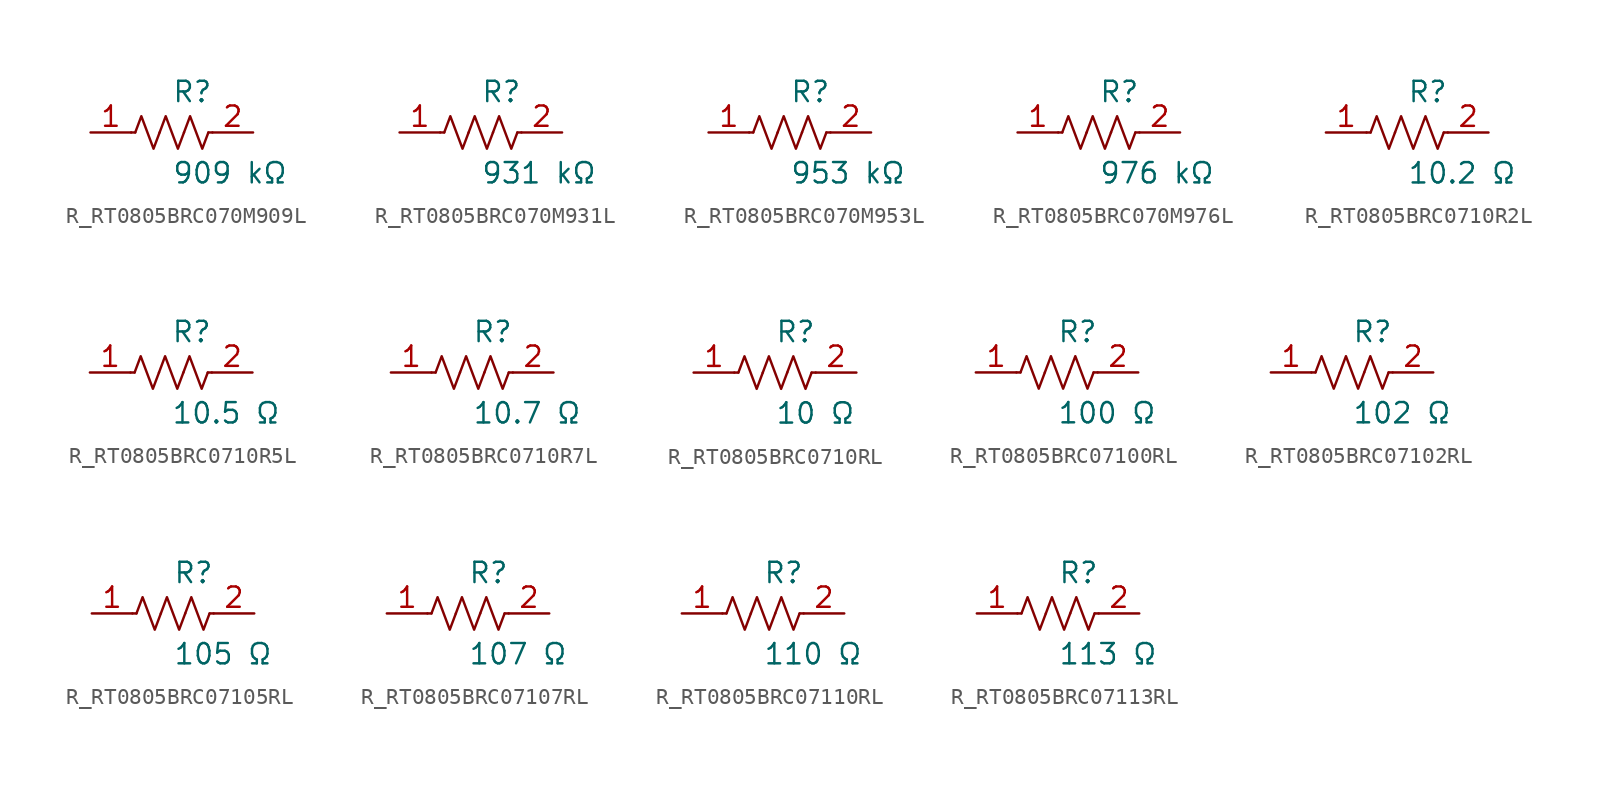
<source format=kicad_sym>
(kicad_symbol_lib
  (version 20231120)
  (generator kicad_symbol_editor)
  (generator_version 8.0)
  (symbol "R_RT0805BRC070M909L"
    (pin_names
      (offset 0.254))
    (property "Reference" "R"
      (at 0.0 2.54 0)
      (effects (font (size 1.27 1.27)) (justify left)))
    (property "Value" "909 kΩ"
      (at 0.0 -2.54 0)
      (effects (font (size 1.27 1.27)) (justify left)))
    (symbol "R_RT0805BRC070M909L_0_1"
      (polyline (pts (xy 2.286 0) (xy 2.54 0)) (stroke (width 0) (type default)) (fill (type none)))
      (polyline (pts (xy -2.286 0) (xy -2.54 0)) (stroke (width 0) (type default)) (fill (type none)))
      (polyline (pts (xy 0.762 0) (xy 1.143 1.016) (xy 1.524 0) (xy 1.905 -1.016) (xy 2.286 0)) (stroke (width 0) (type default)) (fill (type none)))
      (polyline (pts (xy -0.762 0) (xy -0.381 1.016) (xy 0 0) (xy 0.381 -1.016) (xy 0.762 0)) (stroke (width 0) (type default)) (fill (type none)))
      (polyline (pts (xy -2.286 0) (xy -1.905 1.016) (xy -1.524 0) (xy -1.143 -1.016) (xy -0.762 0)) (stroke (width 0) (type default)) (fill (type none))))
    (pin unspecified line
      (at -5.08 0 0)
      (length 2.54)
      (name "" (effects (font (size 1.27 1.27))))
      (number "1" (effects (font (size 1.27 1.27)))))
    (pin unspecified line
      (at 5.08 0 180)
      (length 2.54)
      (name "" (effects (font (size 1.27 1.27))))
      (number "2" (effects (font (size 1.27 1.27))))))
  (symbol "R_RT0805BRC070M931L"
    (pin_names
      (offset 0.254))
    (property "Reference" "R"
      (at 0.0 2.54 0)
      (effects (font (size 1.27 1.27)) (justify left)))
    (property "Value" "931 kΩ"
      (at 0.0 -2.54 0)
      (effects (font (size 1.27 1.27)) (justify left)))
    (symbol "R_RT0805BRC070M931L_0_1"
      (polyline (pts (xy 2.286 0) (xy 2.54 0)) (stroke (width 0) (type default)) (fill (type none)))
      (polyline (pts (xy -2.286 0) (xy -2.54 0)) (stroke (width 0) (type default)) (fill (type none)))
      (polyline (pts (xy 0.762 0) (xy 1.143 1.016) (xy 1.524 0) (xy 1.905 -1.016) (xy 2.286 0)) (stroke (width 0) (type default)) (fill (type none)))
      (polyline (pts (xy -0.762 0) (xy -0.381 1.016) (xy 0 0) (xy 0.381 -1.016) (xy 0.762 0)) (stroke (width 0) (type default)) (fill (type none)))
      (polyline (pts (xy -2.286 0) (xy -1.905 1.016) (xy -1.524 0) (xy -1.143 -1.016) (xy -0.762 0)) (stroke (width 0) (type default)) (fill (type none))))
    (pin unspecified line
      (at -5.08 0 0)
      (length 2.54)
      (name "" (effects (font (size 1.27 1.27))))
      (number "1" (effects (font (size 1.27 1.27)))))
    (pin unspecified line
      (at 5.08 0 180)
      (length 2.54)
      (name "" (effects (font (size 1.27 1.27))))
      (number "2" (effects (font (size 1.27 1.27))))))
  (symbol "R_RT0805BRC070M953L"
    (pin_names
      (offset 0.254))
    (property "Reference" "R"
      (at 0.0 2.54 0)
      (effects (font (size 1.27 1.27)) (justify left)))
    (property "Value" "953 kΩ"
      (at 0.0 -2.54 0)
      (effects (font (size 1.27 1.27)) (justify left)))
    (symbol "R_RT0805BRC070M953L_0_1"
      (polyline (pts (xy 2.286 0) (xy 2.54 0)) (stroke (width 0) (type default)) (fill (type none)))
      (polyline (pts (xy -2.286 0) (xy -2.54 0)) (stroke (width 0) (type default)) (fill (type none)))
      (polyline (pts (xy 0.762 0) (xy 1.143 1.016) (xy 1.524 0) (xy 1.905 -1.016) (xy 2.286 0)) (stroke (width 0) (type default)) (fill (type none)))
      (polyline (pts (xy -0.762 0) (xy -0.381 1.016) (xy 0 0) (xy 0.381 -1.016) (xy 0.762 0)) (stroke (width 0) (type default)) (fill (type none)))
      (polyline (pts (xy -2.286 0) (xy -1.905 1.016) (xy -1.524 0) (xy -1.143 -1.016) (xy -0.762 0)) (stroke (width 0) (type default)) (fill (type none))))
    (pin unspecified line
      (at -5.08 0 0)
      (length 2.54)
      (name "" (effects (font (size 1.27 1.27))))
      (number "1" (effects (font (size 1.27 1.27)))))
    (pin unspecified line
      (at 5.08 0 180)
      (length 2.54)
      (name "" (effects (font (size 1.27 1.27))))
      (number "2" (effects (font (size 1.27 1.27))))))
  (symbol "R_RT0805BRC070M976L"
    (pin_names
      (offset 0.254))
    (property "Reference" "R"
      (at 0.0 2.54 0)
      (effects (font (size 1.27 1.27)) (justify left)))
    (property "Value" "976 kΩ"
      (at 0.0 -2.54 0)
      (effects (font (size 1.27 1.27)) (justify left)))
    (symbol "R_RT0805BRC070M976L_0_1"
      (polyline (pts (xy 2.286 0) (xy 2.54 0)) (stroke (width 0) (type default)) (fill (type none)))
      (polyline (pts (xy -2.286 0) (xy -2.54 0)) (stroke (width 0) (type default)) (fill (type none)))
      (polyline (pts (xy 0.762 0) (xy 1.143 1.016) (xy 1.524 0) (xy 1.905 -1.016) (xy 2.286 0)) (stroke (width 0) (type default)) (fill (type none)))
      (polyline (pts (xy -0.762 0) (xy -0.381 1.016) (xy 0 0) (xy 0.381 -1.016) (xy 0.762 0)) (stroke (width 0) (type default)) (fill (type none)))
      (polyline (pts (xy -2.286 0) (xy -1.905 1.016) (xy -1.524 0) (xy -1.143 -1.016) (xy -0.762 0)) (stroke (width 0) (type default)) (fill (type none))))
    (pin unspecified line
      (at -5.08 0 0)
      (length 2.54)
      (name "" (effects (font (size 1.27 1.27))))
      (number "1" (effects (font (size 1.27 1.27)))))
    (pin unspecified line
      (at 5.08 0 180)
      (length 2.54)
      (name "" (effects (font (size 1.27 1.27))))
      (number "2" (effects (font (size 1.27 1.27))))))
  (symbol "R_RT0805BRC0710R2L"
    (pin_names
      (offset 0.254))
    (property "Reference" "R"
      (at 0.0 2.54 0)
      (effects (font (size 1.27 1.27)) (justify left)))
    (property "Value" "10.2 Ω"
      (at 0.0 -2.54 0)
      (effects (font (size 1.27 1.27)) (justify left)))
    (symbol "R_RT0805BRC0710R2L_0_1"
      (polyline (pts (xy 2.286 0) (xy 2.54 0)) (stroke (width 0) (type default)) (fill (type none)))
      (polyline (pts (xy -2.286 0) (xy -2.54 0)) (stroke (width 0) (type default)) (fill (type none)))
      (polyline (pts (xy 0.762 0) (xy 1.143 1.016) (xy 1.524 0) (xy 1.905 -1.016) (xy 2.286 0)) (stroke (width 0) (type default)) (fill (type none)))
      (polyline (pts (xy -0.762 0) (xy -0.381 1.016) (xy 0 0) (xy 0.381 -1.016) (xy 0.762 0)) (stroke (width 0) (type default)) (fill (type none)))
      (polyline (pts (xy -2.286 0) (xy -1.905 1.016) (xy -1.524 0) (xy -1.143 -1.016) (xy -0.762 0)) (stroke (width 0) (type default)) (fill (type none))))
    (pin unspecified line
      (at -5.08 0 0)
      (length 2.54)
      (name "" (effects (font (size 1.27 1.27))))
      (number "1" (effects (font (size 1.27 1.27)))))
    (pin unspecified line
      (at 5.08 0 180)
      (length 2.54)
      (name "" (effects (font (size 1.27 1.27))))
      (number "2" (effects (font (size 1.27 1.27))))))
  (symbol "R_RT0805BRC0710R5L"
    (pin_names
      (offset 0.254))
    (property "Reference" "R"
      (at 0.0 2.54 0)
      (effects (font (size 1.27 1.27)) (justify left)))
    (property "Value" "10.5 Ω"
      (at 0.0 -2.54 0)
      (effects (font (size 1.27 1.27)) (justify left)))
    (symbol "R_RT0805BRC0710R5L_0_1"
      (polyline (pts (xy 2.286 0) (xy 2.54 0)) (stroke (width 0) (type default)) (fill (type none)))
      (polyline (pts (xy -2.286 0) (xy -2.54 0)) (stroke (width 0) (type default)) (fill (type none)))
      (polyline (pts (xy 0.762 0) (xy 1.143 1.016) (xy 1.524 0) (xy 1.905 -1.016) (xy 2.286 0)) (stroke (width 0) (type default)) (fill (type none)))
      (polyline (pts (xy -0.762 0) (xy -0.381 1.016) (xy 0 0) (xy 0.381 -1.016) (xy 0.762 0)) (stroke (width 0) (type default)) (fill (type none)))
      (polyline (pts (xy -2.286 0) (xy -1.905 1.016) (xy -1.524 0) (xy -1.143 -1.016) (xy -0.762 0)) (stroke (width 0) (type default)) (fill (type none))))
    (pin unspecified line
      (at -5.08 0 0)
      (length 2.54)
      (name "" (effects (font (size 1.27 1.27))))
      (number "1" (effects (font (size 1.27 1.27)))))
    (pin unspecified line
      (at 5.08 0 180)
      (length 2.54)
      (name "" (effects (font (size 1.27 1.27))))
      (number "2" (effects (font (size 1.27 1.27))))))
  (symbol "R_RT0805BRC0710R7L"
    (pin_names
      (offset 0.254))
    (property "Reference" "R"
      (at 0.0 2.54 0)
      (effects (font (size 1.27 1.27)) (justify left)))
    (property "Value" "10.7 Ω"
      (at 0.0 -2.54 0)
      (effects (font (size 1.27 1.27)) (justify left)))
    (symbol "R_RT0805BRC0710R7L_0_1"
      (polyline (pts (xy 2.286 0) (xy 2.54 0)) (stroke (width 0) (type default)) (fill (type none)))
      (polyline (pts (xy -2.286 0) (xy -2.54 0)) (stroke (width 0) (type default)) (fill (type none)))
      (polyline (pts (xy 0.762 0) (xy 1.143 1.016) (xy 1.524 0) (xy 1.905 -1.016) (xy 2.286 0)) (stroke (width 0) (type default)) (fill (type none)))
      (polyline (pts (xy -0.762 0) (xy -0.381 1.016) (xy 0 0) (xy 0.381 -1.016) (xy 0.762 0)) (stroke (width 0) (type default)) (fill (type none)))
      (polyline (pts (xy -2.286 0) (xy -1.905 1.016) (xy -1.524 0) (xy -1.143 -1.016) (xy -0.762 0)) (stroke (width 0) (type default)) (fill (type none))))
    (pin unspecified line
      (at -5.08 0 0)
      (length 2.54)
      (name "" (effects (font (size 1.27 1.27))))
      (number "1" (effects (font (size 1.27 1.27)))))
    (pin unspecified line
      (at 5.08 0 180)
      (length 2.54)
      (name "" (effects (font (size 1.27 1.27))))
      (number "2" (effects (font (size 1.27 1.27))))))
  (symbol "R_RT0805BRC0710RL"
    (pin_names
      (offset 0.254))
    (property "Reference" "R"
      (at 0.0 2.54 0)
      (effects (font (size 1.27 1.27)) (justify left)))
    (property "Value" "10 Ω"
      (at 0.0 -2.54 0)
      (effects (font (size 1.27 1.27)) (justify left)))
    (symbol "R_RT0805BRC0710RL_0_1"
      (polyline (pts (xy 2.286 0) (xy 2.54 0)) (stroke (width 0) (type default)) (fill (type none)))
      (polyline (pts (xy -2.286 0) (xy -2.54 0)) (stroke (width 0) (type default)) (fill (type none)))
      (polyline (pts (xy 0.762 0) (xy 1.143 1.016) (xy 1.524 0) (xy 1.905 -1.016) (xy 2.286 0)) (stroke (width 0) (type default)) (fill (type none)))
      (polyline (pts (xy -0.762 0) (xy -0.381 1.016) (xy 0 0) (xy 0.381 -1.016) (xy 0.762 0)) (stroke (width 0) (type default)) (fill (type none)))
      (polyline (pts (xy -2.286 0) (xy -1.905 1.016) (xy -1.524 0) (xy -1.143 -1.016) (xy -0.762 0)) (stroke (width 0) (type default)) (fill (type none))))
    (pin unspecified line
      (at -5.08 0 0)
      (length 2.54)
      (name "" (effects (font (size 1.27 1.27))))
      (number "1" (effects (font (size 1.27 1.27)))))
    (pin unspecified line
      (at 5.08 0 180)
      (length 2.54)
      (name "" (effects (font (size 1.27 1.27))))
      (number "2" (effects (font (size 1.27 1.27))))))
  (symbol "R_RT0805BRC07100RL"
    (pin_names
      (offset 0.254))
    (property "Reference" "R"
      (at 0.0 2.54 0)
      (effects (font (size 1.27 1.27)) (justify left)))
    (property "Value" "100 Ω"
      (at 0.0 -2.54 0)
      (effects (font (size 1.27 1.27)) (justify left)))
    (symbol "R_RT0805BRC07100RL_0_1"
      (polyline (pts (xy 2.286 0) (xy 2.54 0)) (stroke (width 0) (type default)) (fill (type none)))
      (polyline (pts (xy -2.286 0) (xy -2.54 0)) (stroke (width 0) (type default)) (fill (type none)))
      (polyline (pts (xy 0.762 0) (xy 1.143 1.016) (xy 1.524 0) (xy 1.905 -1.016) (xy 2.286 0)) (stroke (width 0) (type default)) (fill (type none)))
      (polyline (pts (xy -0.762 0) (xy -0.381 1.016) (xy 0 0) (xy 0.381 -1.016) (xy 0.762 0)) (stroke (width 0) (type default)) (fill (type none)))
      (polyline (pts (xy -2.286 0) (xy -1.905 1.016) (xy -1.524 0) (xy -1.143 -1.016) (xy -0.762 0)) (stroke (width 0) (type default)) (fill (type none))))
    (pin unspecified line
      (at -5.08 0 0)
      (length 2.54)
      (name "" (effects (font (size 1.27 1.27))))
      (number "1" (effects (font (size 1.27 1.27)))))
    (pin unspecified line
      (at 5.08 0 180)
      (length 2.54)
      (name "" (effects (font (size 1.27 1.27))))
      (number "2" (effects (font (size 1.27 1.27))))))
  (symbol "R_RT0805BRC07102RL"
    (pin_names
      (offset 0.254))
    (property "Reference" "R"
      (at 0.0 2.54 0)
      (effects (font (size 1.27 1.27)) (justify left)))
    (property "Value" "102 Ω"
      (at 0.0 -2.54 0)
      (effects (font (size 1.27 1.27)) (justify left)))
    (symbol "R_RT0805BRC07102RL_0_1"
      (polyline (pts (xy 2.286 0) (xy 2.54 0)) (stroke (width 0) (type default)) (fill (type none)))
      (polyline (pts (xy -2.286 0) (xy -2.54 0)) (stroke (width 0) (type default)) (fill (type none)))
      (polyline (pts (xy 0.762 0) (xy 1.143 1.016) (xy 1.524 0) (xy 1.905 -1.016) (xy 2.286 0)) (stroke (width 0) (type default)) (fill (type none)))
      (polyline (pts (xy -0.762 0) (xy -0.381 1.016) (xy 0 0) (xy 0.381 -1.016) (xy 0.762 0)) (stroke (width 0) (type default)) (fill (type none)))
      (polyline (pts (xy -2.286 0) (xy -1.905 1.016) (xy -1.524 0) (xy -1.143 -1.016) (xy -0.762 0)) (stroke (width 0) (type default)) (fill (type none))))
    (pin unspecified line
      (at -5.08 0 0)
      (length 2.54)
      (name "" (effects (font (size 1.27 1.27))))
      (number "1" (effects (font (size 1.27 1.27)))))
    (pin unspecified line
      (at 5.08 0 180)
      (length 2.54)
      (name "" (effects (font (size 1.27 1.27))))
      (number "2" (effects (font (size 1.27 1.27))))))
  (symbol "R_RT0805BRC07105RL"
    (pin_names
      (offset 0.254))
    (property "Reference" "R"
      (at 0.0 2.54 0)
      (effects (font (size 1.27 1.27)) (justify left)))
    (property "Value" "105 Ω"
      (at 0.0 -2.54 0)
      (effects (font (size 1.27 1.27)) (justify left)))
    (symbol "R_RT0805BRC07105RL_0_1"
      (polyline (pts (xy 2.286 0) (xy 2.54 0)) (stroke (width 0) (type default)) (fill (type none)))
      (polyline (pts (xy -2.286 0) (xy -2.54 0)) (stroke (width 0) (type default)) (fill (type none)))
      (polyline (pts (xy 0.762 0) (xy 1.143 1.016) (xy 1.524 0) (xy 1.905 -1.016) (xy 2.286 0)) (stroke (width 0) (type default)) (fill (type none)))
      (polyline (pts (xy -0.762 0) (xy -0.381 1.016) (xy 0 0) (xy 0.381 -1.016) (xy 0.762 0)) (stroke (width 0) (type default)) (fill (type none)))
      (polyline (pts (xy -2.286 0) (xy -1.905 1.016) (xy -1.524 0) (xy -1.143 -1.016) (xy -0.762 0)) (stroke (width 0) (type default)) (fill (type none))))
    (pin unspecified line
      (at -5.08 0 0)
      (length 2.54)
      (name "" (effects (font (size 1.27 1.27))))
      (number "1" (effects (font (size 1.27 1.27)))))
    (pin unspecified line
      (at 5.08 0 180)
      (length 2.54)
      (name "" (effects (font (size 1.27 1.27))))
      (number "2" (effects (font (size 1.27 1.27))))))
  (symbol "R_RT0805BRC07107RL"
    (pin_names
      (offset 0.254))
    (property "Reference" "R"
      (at 0.0 2.54 0)
      (effects (font (size 1.27 1.27)) (justify left)))
    (property "Value" "107 Ω"
      (at 0.0 -2.54 0)
      (effects (font (size 1.27 1.27)) (justify left)))
    (symbol "R_RT0805BRC07107RL_0_1"
      (polyline (pts (xy 2.286 0) (xy 2.54 0)) (stroke (width 0) (type default)) (fill (type none)))
      (polyline (pts (xy -2.286 0) (xy -2.54 0)) (stroke (width 0) (type default)) (fill (type none)))
      (polyline (pts (xy 0.762 0) (xy 1.143 1.016) (xy 1.524 0) (xy 1.905 -1.016) (xy 2.286 0)) (stroke (width 0) (type default)) (fill (type none)))
      (polyline (pts (xy -0.762 0) (xy -0.381 1.016) (xy 0 0) (xy 0.381 -1.016) (xy 0.762 0)) (stroke (width 0) (type default)) (fill (type none)))
      (polyline (pts (xy -2.286 0) (xy -1.905 1.016) (xy -1.524 0) (xy -1.143 -1.016) (xy -0.762 0)) (stroke (width 0) (type default)) (fill (type none))))
    (pin unspecified line
      (at -5.08 0 0)
      (length 2.54)
      (name "" (effects (font (size 1.27 1.27))))
      (number "1" (effects (font (size 1.27 1.27)))))
    (pin unspecified line
      (at 5.08 0 180)
      (length 2.54)
      (name "" (effects (font (size 1.27 1.27))))
      (number "2" (effects (font (size 1.27 1.27))))))
  (symbol "R_RT0805BRC07110RL"
    (pin_names
      (offset 0.254))
    (property "Reference" "R"
      (at 0.0 2.54 0)
      (effects (font (size 1.27 1.27)) (justify left)))
    (property "Value" "110 Ω"
      (at 0.0 -2.54 0)
      (effects (font (size 1.27 1.27)) (justify left)))
    (symbol "R_RT0805BRC07110RL_0_1"
      (polyline (pts (xy 2.286 0) (xy 2.54 0)) (stroke (width 0) (type default)) (fill (type none)))
      (polyline (pts (xy -2.286 0) (xy -2.54 0)) (stroke (width 0) (type default)) (fill (type none)))
      (polyline (pts (xy 0.762 0) (xy 1.143 1.016) (xy 1.524 0) (xy 1.905 -1.016) (xy 2.286 0)) (stroke (width 0) (type default)) (fill (type none)))
      (polyline (pts (xy -0.762 0) (xy -0.381 1.016) (xy 0 0) (xy 0.381 -1.016) (xy 0.762 0)) (stroke (width 0) (type default)) (fill (type none)))
      (polyline (pts (xy -2.286 0) (xy -1.905 1.016) (xy -1.524 0) (xy -1.143 -1.016) (xy -0.762 0)) (stroke (width 0) (type default)) (fill (type none))))
    (pin unspecified line
      (at -5.08 0 0)
      (length 2.54)
      (name "" (effects (font (size 1.27 1.27))))
      (number "1" (effects (font (size 1.27 1.27)))))
    (pin unspecified line
      (at 5.08 0 180)
      (length 2.54)
      (name "" (effects (font (size 1.27 1.27))))
      (number "2" (effects (font (size 1.27 1.27))))))
  (symbol "R_RT0805BRC07113RL"
    (pin_names
      (offset 0.254))
    (property "Reference" "R"
      (at 0.0 2.54 0)
      (effects (font (size 1.27 1.27)) (justify left)))
    (property "Value" "113 Ω"
      (at 0.0 -2.54 0)
      (effects (font (size 1.27 1.27)) (justify left)))
    (symbol "R_RT0805BRC07113RL_0_1"
      (polyline (pts (xy 2.286 0) (xy 2.54 0)) (stroke (width 0) (type default)) (fill (type none)))
      (polyline (pts (xy -2.286 0) (xy -2.54 0)) (stroke (width 0) (type default)) (fill (type none)))
      (polyline (pts (xy 0.762 0) (xy 1.143 1.016) (xy 1.524 0) (xy 1.905 -1.016) (xy 2.286 0)) (stroke (width 0) (type default)) (fill (type none)))
      (polyline (pts (xy -0.762 0) (xy -0.381 1.016) (xy 0 0) (xy 0.381 -1.016) (xy 0.762 0)) (stroke (width 0) (type default)) (fill (type none)))
      (polyline (pts (xy -2.286 0) (xy -1.905 1.016) (xy -1.524 0) (xy -1.143 -1.016) (xy -0.762 0)) (stroke (width 0) (type default)) (fill (type none))))
    (pin unspecified line
      (at -5.08 0 0)
      (length 2.54)
      (name "" (effects (font (size 1.27 1.27))))
      (number "1" (effects (font (size 1.27 1.27)))))
    (pin unspecified line
      (at 5.08 0 180)
      (length 2.54)
      (name "" (effects (font (size 1.27 1.27))))
      (number "2" (effects (font (size 1.27 1.27)))))))
</source>
